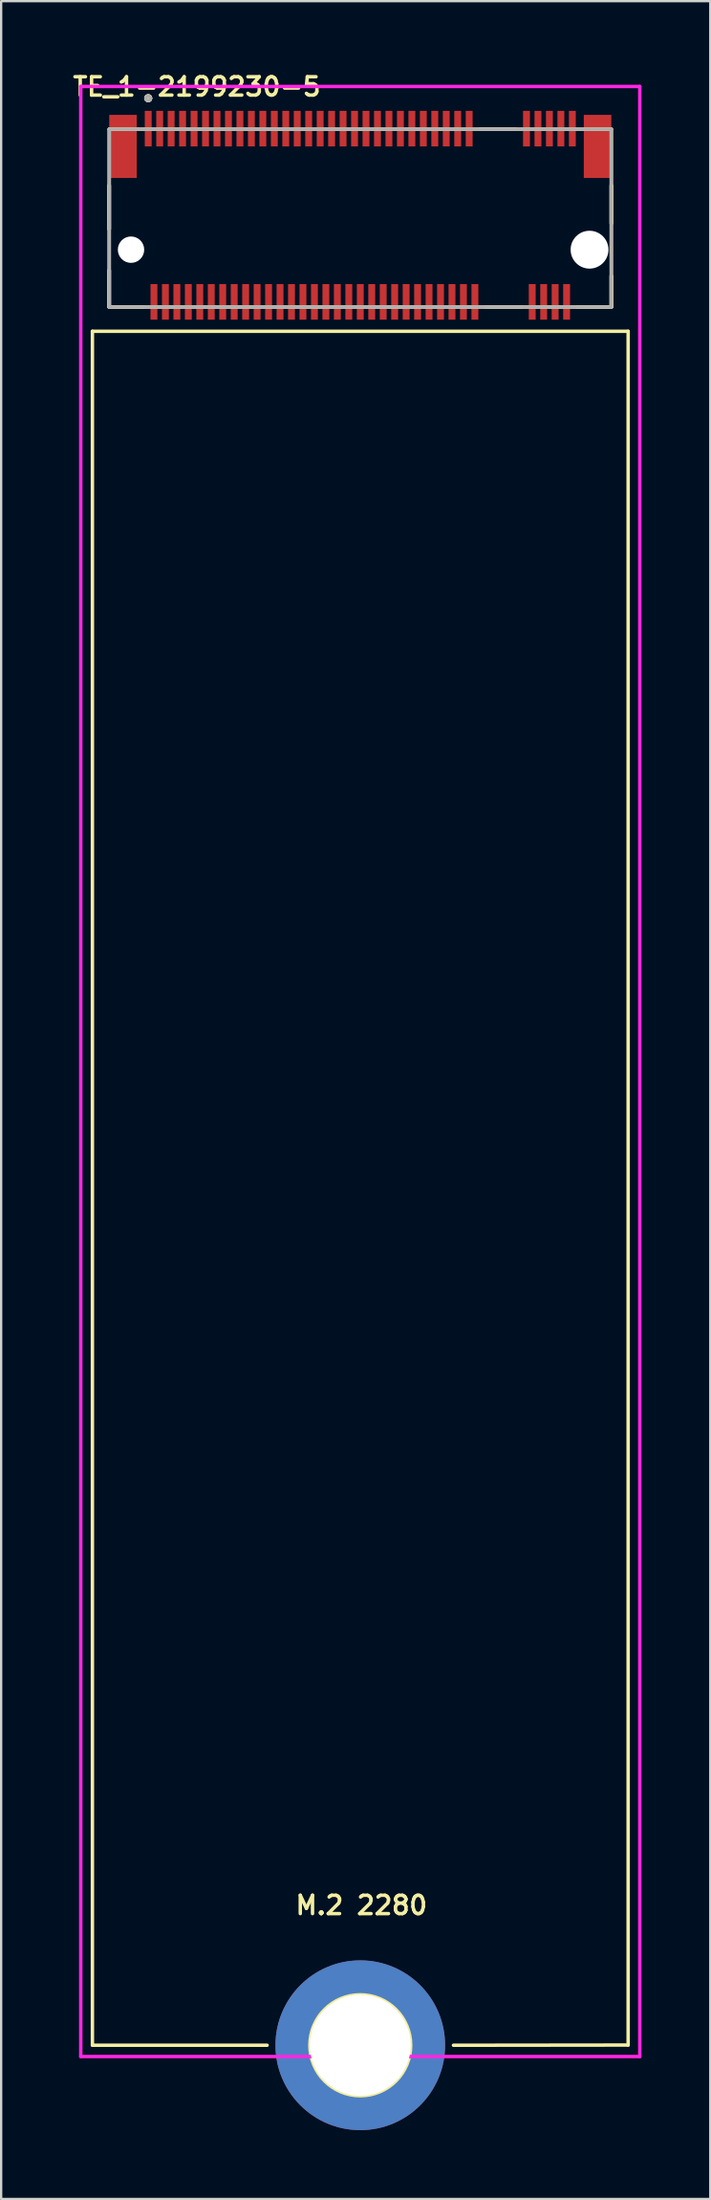
<source format=kicad_pcb>
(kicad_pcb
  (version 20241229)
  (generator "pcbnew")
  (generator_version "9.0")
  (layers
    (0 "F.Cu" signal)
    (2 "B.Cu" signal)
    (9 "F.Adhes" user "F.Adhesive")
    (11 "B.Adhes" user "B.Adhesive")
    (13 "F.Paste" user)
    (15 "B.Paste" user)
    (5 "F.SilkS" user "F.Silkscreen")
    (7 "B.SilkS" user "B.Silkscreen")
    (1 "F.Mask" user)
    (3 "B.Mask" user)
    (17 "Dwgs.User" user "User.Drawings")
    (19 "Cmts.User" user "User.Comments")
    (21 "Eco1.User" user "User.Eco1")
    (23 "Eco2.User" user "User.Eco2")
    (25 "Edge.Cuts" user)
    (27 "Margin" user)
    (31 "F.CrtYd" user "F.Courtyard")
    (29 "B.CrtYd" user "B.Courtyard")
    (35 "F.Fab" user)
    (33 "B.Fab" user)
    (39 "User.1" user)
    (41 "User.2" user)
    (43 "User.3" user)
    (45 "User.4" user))
  (footprint "TE_1-2199230-5"
    (layer "F.Cu")
    (at 12.665 7.831)
    (property "Reference" "TE_1-2199230-5" (at -7.13 -7.1 180) (layer "F.SilkS") (effects (font (size 0.8 0.8) (thickness 0.15))))
    (attr through_hole)
    (fp_line (start -11.684 3.556) (end -11.684 78.241) (stroke (width 0.15) (type solid)) (layer "F.SilkS"))
    (fp_line (start -11.684 78.25) (end -4.064 78.25) (stroke (width 0.15) (type solid)) (layer "F.SilkS"))
    (fp_line (start -10.95 -5.25) (end 10.95 -5.25) (stroke (width 0.15) (type solid)) (layer "F.SilkS"))
    (fp_line (start -10.95 -2.805) (end -10.95 -0.895) (stroke (width 0.15) (type solid)) (layer "F.SilkS"))
    (fp_line (start -10.95 -2.805) (end -10.95 -0.895) (stroke (width 0.15) (type solid)) (layer "F.SilkS"))
    (fp_line (start -10.95 0.895) (end -10.95 2.5) (stroke (width 0.15) (type solid)) (layer "F.SilkS"))
    (fp_line (start -10.95 0.895) (end -10.95 2.5) (stroke (width 0.15) (type solid)) (layer "F.SilkS"))
    (fp_line (start -10.95 2.5) (end -10.95 -5.25) (stroke (width 0.15) (type solid)) (layer "F.SilkS"))
    (fp_line (start -10.95 2.5) (end -9.47 2.5) (stroke (width 0.15) (type solid)) (layer "F.SilkS"))
    (fp_line (start -10.95 2.5) (end -9.47 2.5) (stroke (width 0.15) (type solid)) (layer "F.SilkS"))
    (fp_line (start 4.064 78.25) (end 11.684 78.241) (stroke (width 0.15) (type solid)) (layer "F.SilkS"))
    (fp_line (start 5.22 -5.25) (end 6.78 -5.25) (stroke (width 0.15) (type solid)) (layer "F.SilkS"))
    (fp_line (start 5.22 -5.25) (end 6.78 -5.25) (stroke (width 0.15) (type solid)) (layer "F.SilkS"))
    (fp_line (start 5.47 2.5) (end 7.03 2.5) (stroke (width 0.15) (type solid)) (layer "F.SilkS"))
    (fp_line (start 5.47 2.5) (end 7.03 2.5) (stroke (width 0.15) (type solid)) (layer "F.SilkS"))
    (fp_line (start 9.47 2.5) (end 10.95 2.5) (stroke (width 0.15) (type solid)) (layer "F.SilkS"))
    (fp_line (start 9.47 2.5) (end 10.95 2.5) (stroke (width 0.15) (type solid)) (layer "F.SilkS"))
    (fp_line (start 10.95 -5.25) (end 10.95 2.5) (stroke (width 0.15) (type solid)) (layer "F.SilkS"))
    (fp_line (start 10.95 -1.145) (end 10.95 -2.8) (stroke (width 0.15) (type solid)) (layer "F.SilkS"))
    (fp_line (start 10.95 -1.145) (end 10.95 -2.8) (stroke (width 0.15) (type solid)) (layer "F.SilkS"))
    (fp_line (start 10.95 2.5) (end -10.95 2.5) (stroke (width 0.15) (type solid)) (layer "F.SilkS"))
    (fp_line (start 10.95 2.5) (end 10.95 1.145) (stroke (width 0.15) (type solid)) (layer "F.SilkS"))
    (fp_line (start 10.95 2.5) (end 10.95 1.145) (stroke (width 0.15) (type solid)) (layer "F.SilkS"))
    (fp_line (start 11.684 3.556) (end -11.684 3.556) (stroke (width 0.15) (type solid)) (layer "F.SilkS"))
    (fp_line (start 11.684 78.241) (end 11.684 3.556) (stroke (width 0.15) (type solid)) (layer "F.SilkS"))
    (fp_circle (center -9.25 -6.6) (end -9.15 -6.6) (stroke (width 0.15) (type solid)) (fill no) (layer "F.SilkS"))
    (fp_circle (center -9.25 -6.6) (end -9.15 -6.6) (stroke (width 0.15) (type solid)) (fill no) (layer "F.SilkS"))
    (fp_circle (center -9.25 -6.6) (end -9.15 -6.6) (stroke (width 0.15) (type solid)) (fill no) (layer "F.SilkS"))
    (fp_circle (center 0 78.25) (end 2.2 78.25) (stroke (width 0.15) (type solid)) (fill no) (layer "F.SilkS"))
    (fp_circle (center 0 78.25) (end 2.2 78.25) (stroke (width 0.15) (type solid)) (fill no) (layer "Eco1.User"))
    (fp_line (start -12.192 -7.112) (end -12.192 78.74) (stroke (width 0.15) (type solid)) (layer "F.CrtYd"))
    (fp_line (start -12.192 78.74) (end 12.192 78.74) (stroke (width 0.15) (type solid)) (layer "F.CrtYd"))
    (fp_line (start 12.192 -7.112) (end -12.192 -7.112) (stroke (width 0.15) (type solid)) (layer "F.CrtYd"))
    (fp_line (start 12.192 78.74) (end 12.192 -7.112) (stroke (width 0.15) (type solid)) (layer "F.CrtYd"))
    (fp_line (start -10.95 -5.25) (end 10.95 -5.25) (stroke (width 0.15) (type solid)) (layer "F.Fab"))
    (fp_line (start -10.95 2.5) (end -10.95 -5.25) (stroke (width 0.15) (type solid)) (layer "F.Fab"))
    (fp_line (start 10.95 -5.25) (end 10.95 2.5) (stroke (width 0.15) (type solid)) (layer "F.Fab"))
    (fp_line (start 10.95 2.5) (end -10.95 2.5) (stroke (width 0.15) (type solid)) (layer "F.Fab"))
    (fp_circle (center -9.25 -6.6) (end -9.15 -6.6) (stroke (width 0.15) (type solid)) (fill no) (layer "F.Fab"))
    (fp_text user "M.2 2280" (at 0.05 72.15 180) (layer "F.SilkS") (effects (font (size 0.8 0.8) (thickness 0.15))))
    (pad "" np_thru_hole circle (at -10 0) (size 1.15 1.15) (drill 1.15) (layers "*.Cu" "*.Mask"))
    (pad "" np_thru_hole circle (at 10 0) (size 1.65 1.65) (drill 1.65) (layers "*.Cu" "*.Mask"))
    (pad "1" smd rect (at -9.25 -5.275) (size 0.3 1.55) (layers "F.Cu" "F.Mask" "F.Paste"))
    (pad "2" smd rect (at -9 2.275) (size 0.3 1.55) (layers "F.Cu" "F.Mask" "F.Paste"))
    (pad "3" smd rect (at -8.75 -5.275) (size 0.3 1.55) (layers "F.Cu" "F.Mask" "F.Paste"))
    (pad "4" smd rect (at -8.5 2.275) (size 0.3 1.55) (layers "F.Cu" "F.Mask" "F.Paste"))
    (pad "5" smd rect (at -8.25 -5.275) (size 0.3 1.55) (layers "F.Cu" "F.Mask" "F.Paste"))
    (pad "6" smd rect (at -8 2.275) (size 0.3 1.55) (layers "F.Cu" "F.Mask" "F.Paste"))
    (pad "7" smd rect (at -7.75 -5.275) (size 0.3 1.55) (layers "F.Cu" "F.Mask" "F.Paste"))
    (pad "8" smd rect (at -7.5 2.275) (size 0.3 1.55) (layers "F.Cu" "F.Mask" "F.Paste"))
    (pad "9" smd rect (at -7.25 -5.275) (size 0.3 1.55) (layers "F.Cu" "F.Mask" "F.Paste"))
    (pad "10" smd rect (at -7 2.275) (size 0.3 1.55) (layers "F.Cu" "F.Mask" "F.Paste"))
    (pad "11" smd rect (at -6.75 -5.275) (size 0.3 1.55) (layers "F.Cu" "F.Mask" "F.Paste"))
    (pad "12" smd rect (at -6.5 2.275) (size 0.3 1.55) (layers "F.Cu" "F.Mask" "F.Paste"))
    (pad "13" smd rect (at -6.25 -5.275) (size 0.3 1.55) (layers "F.Cu" "F.Mask" "F.Paste"))
    (pad "14" smd rect (at -6 2.275) (size 0.3 1.55) (layers "F.Cu" "F.Mask" "F.Paste"))
    (pad "15" smd rect (at -5.75 -5.275) (size 0.3 1.55) (layers "F.Cu" "F.Mask" "F.Paste"))
    (pad "16" smd rect (at -5.5 2.275) (size 0.3 1.55) (layers "F.Cu" "F.Mask" "F.Paste"))
    (pad "17" smd rect (at -5.25 -5.275) (size 0.3 1.55) (layers "F.Cu" "F.Mask" "F.Paste"))
    (pad "18" smd rect (at -5 2.275) (size 0.3 1.55) (layers "F.Cu" "F.Mask" "F.Paste"))
    (pad "19" smd rect (at -4.75 -5.275) (size 0.3 1.55) (layers "F.Cu" "F.Mask" "F.Paste"))
    (pad "20" smd rect (at -4.5 2.275) (size 0.3 1.55) (layers "F.Cu" "F.Mask" "F.Paste"))
    (pad "21" smd rect (at -4.25 -5.275) (size 0.3 1.55) (layers "F.Cu" "F.Mask" "F.Paste"))
    (pad "22" smd rect (at -4 2.275) (size 0.3 1.55) (layers "F.Cu" "F.Mask" "F.Paste"))
    (pad "23" smd rect (at -3.75 -5.275) (size 0.3 1.55) (layers "F.Cu" "F.Mask" "F.Paste"))
    (pad "24" smd rect (at -3.5 2.275) (size 0.3 1.55) (layers "F.Cu" "F.Mask" "F.Paste"))
    (pad "25" smd rect (at -3.25 -5.275) (size 0.3 1.55) (layers "F.Cu" "F.Mask" "F.Paste"))
    (pad "26" smd rect (at -3 2.275) (size 0.3 1.55) (layers "F.Cu" "F.Mask" "F.Paste"))
    (pad "27" smd rect (at -2.75 -5.275) (size 0.3 1.55) (layers "F.Cu" "F.Mask" "F.Paste"))
    (pad "28" smd rect (at -2.5 2.275) (size 0.3 1.55) (layers "F.Cu" "F.Mask" "F.Paste"))
    (pad "29" smd rect (at -2.25 -5.275) (size 0.3 1.55) (layers "F.Cu" "F.Mask" "F.Paste"))
    (pad "30" smd rect (at -2 2.275) (size 0.3 1.55) (layers "F.Cu" "F.Mask" "F.Paste"))
    (pad "31" smd rect (at -1.75 -5.275) (size 0.3 1.55) (layers "F.Cu" "F.Mask" "F.Paste"))
    (pad "32" smd rect (at -1.5 2.275) (size 0.3 1.55) (layers "F.Cu" "F.Mask" "F.Paste"))
    (pad "33" smd rect (at -1.25 -5.275) (size 0.3 1.55) (layers "F.Cu" "F.Mask" "F.Paste"))
    (pad "34" smd rect (at -1 2.275) (size 0.3 1.55) (layers "F.Cu" "F.Mask" "F.Paste"))
    (pad "35" smd rect (at -0.75 -5.275) (size 0.3 1.55) (layers "F.Cu" "F.Mask" "F.Paste"))
    (pad "36" smd rect (at -0.5 2.275) (size 0.3 1.55) (layers "F.Cu" "F.Mask" "F.Paste"))
    (pad "37" smd rect (at -0.25 -5.275) (size 0.3 1.55) (layers "F.Cu" "F.Mask" "F.Paste"))
    (pad "38" smd rect (at 0 2.275) (size 0.3 1.55) (layers "F.Cu" "F.Mask" "F.Paste"))
    (pad "39" smd rect (at 0.25 -5.275) (size 0.3 1.55) (layers "F.Cu" "F.Mask" "F.Paste"))
    (pad "40" smd rect (at 0.5 2.275) (size 0.3 1.55) (layers "F.Cu" "F.Mask" "F.Paste"))
    (pad "41" smd rect (at 0.75 -5.275) (size 0.3 1.55) (layers "F.Cu" "F.Mask" "F.Paste"))
    (pad "42" smd rect (at 1 2.275) (size 0.3 1.55) (layers "F.Cu" "F.Mask" "F.Paste"))
    (pad "43" smd rect (at 1.25 -5.275) (size 0.3 1.55) (layers "F.Cu" "F.Mask" "F.Paste"))
    (pad "44" smd rect (at 1.5 2.275) (size 0.3 1.55) (layers "F.Cu" "F.Mask" "F.Paste"))
    (pad "45" smd rect (at 1.75 -5.275) (size 0.3 1.55) (layers "F.Cu" "F.Mask" "F.Paste"))
    (pad "46" smd rect (at 2 2.275) (size 0.3 1.55) (layers "F.Cu" "F.Mask" "F.Paste"))
    (pad "47" smd rect (at 2.25 -5.275) (size 0.3 1.55) (layers "F.Cu" "F.Mask" "F.Paste"))
    (pad "48" smd rect (at 2.5 2.275) (size 0.3 1.55) (layers "F.Cu" "F.Mask" "F.Paste"))
    (pad "49" smd rect (at 2.75 -5.275) (size 0.3 1.55) (layers "F.Cu" "F.Mask" "F.Paste"))
    (pad "50" smd rect (at 3 2.275) (size 0.3 1.55) (layers "F.Cu" "F.Mask" "F.Paste"))
    (pad "51" smd rect (at 3.25 -5.275) (size 0.3 1.55) (layers "F.Cu" "F.Mask" "F.Paste"))
    (pad "52" smd rect (at 3.5 2.275) (size 0.3 1.55) (layers "F.Cu" "F.Mask" "F.Paste"))
    (pad "53" smd rect (at 3.75 -5.275) (size 0.3 1.55) (layers "F.Cu" "F.Mask" "F.Paste"))
    (pad "54" smd rect (at 4 2.275) (size 0.3 1.55) (layers "F.Cu" "F.Mask" "F.Paste"))
    (pad "55" smd rect (at 4.25 -5.275) (size 0.3 1.55) (layers "F.Cu" "F.Mask" "F.Paste"))
    (pad "56" smd rect (at 4.5 2.275) (size 0.3 1.55) (layers "F.Cu" "F.Mask" "F.Paste"))
    (pad "57" smd rect (at 4.75 -5.275) (size 0.3 1.55) (layers "F.Cu" "F.Mask" "F.Paste"))
    (pad "58" smd rect (at 5 2.275) (size 0.3 1.55) (layers "F.Cu" "F.Mask" "F.Paste"))
    (pad "67" smd rect (at 7.25 -5.275) (size 0.3 1.55) (layers "F.Cu" "F.Mask" "F.Paste"))
    (pad "68" smd rect (at 7.5 2.275) (size 0.3 1.55) (layers "F.Cu" "F.Mask" "F.Paste"))
    (pad "69" smd rect (at 7.75 -5.275) (size 0.3 1.55) (layers "F.Cu" "F.Mask" "F.Paste"))
    (pad "70" smd rect (at 8 2.275) (size 0.3 1.55) (layers "F.Cu" "F.Mask" "F.Paste"))
    (pad "71" smd rect (at 8.25 -5.275) (size 0.3 1.55) (layers "F.Cu" "F.Mask" "F.Paste"))
    (pad "72" smd rect (at 8.5 2.275) (size 0.3 1.55) (layers "F.Cu" "F.Mask" "F.Paste"))
    (pad "73" smd rect (at 8.75 -5.275) (size 0.3 1.55) (layers "F.Cu" "F.Mask" "F.Paste"))
    (pad "74" smd rect (at 9 2.275) (size 0.3 1.55) (layers "F.Cu" "F.Mask" "F.Paste"))
    (pad "75" smd rect (at 9.25 -5.275) (size 0.3 1.55) (layers "F.Cu" "F.Mask" "F.Paste"))
    (pad "80" thru_hole circle (at 0 78.25) (size 7.4 7.4) (drill 4.4) (layers "*.Cu" "*.Mask"))
    (pad "S1" smd rect (at -10.35 -4.5) (size 1.2 2.75) (layers "F.Cu" "F.Mask" "F.Paste"))
    (pad "S2" smd rect (at 10.35 -4.5) (size 1.2 2.75) (layers "F.Cu" "F.Mask" "F.Paste")))
  (gr_rect
    (start -3 -3)
    (end 27.932 92.781)
    (stroke (width 0.1) (type default))
    (fill no)
    (layer "Edge.Cuts")))
</source>
